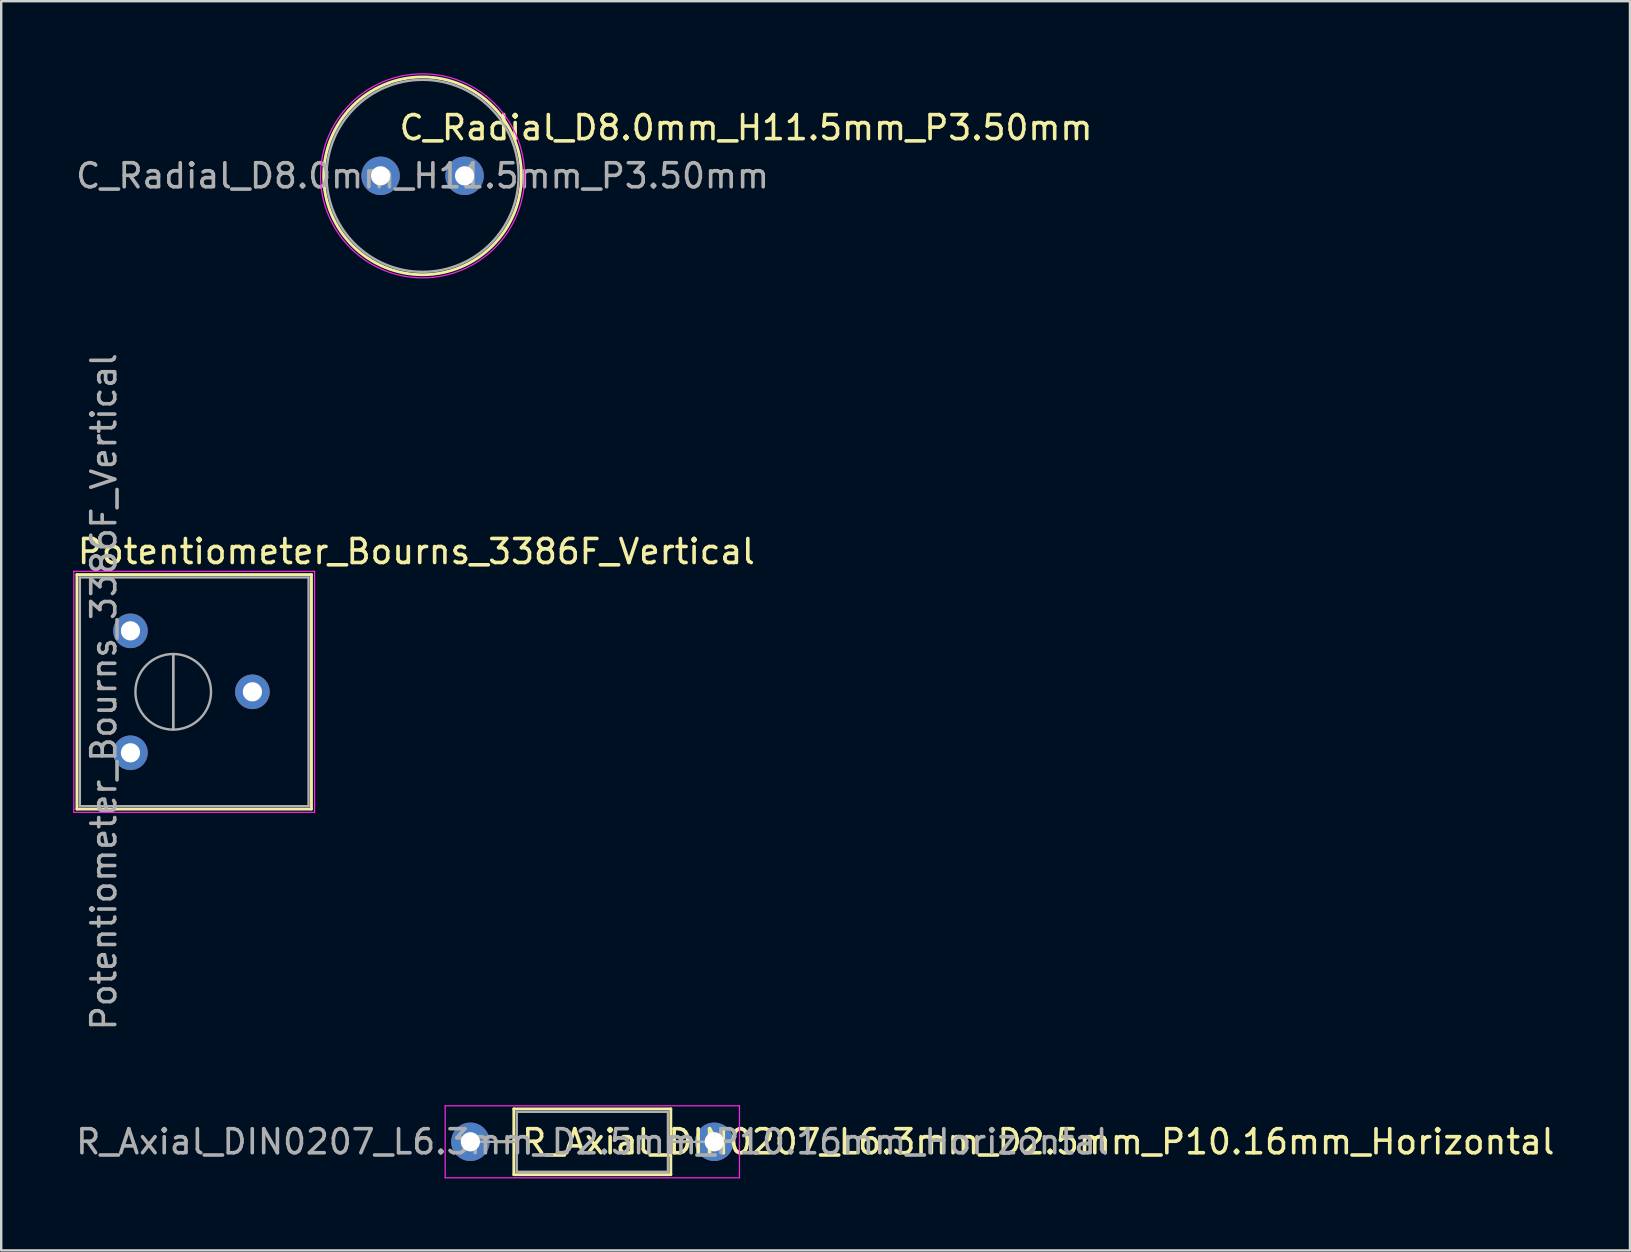
<source format=kicad_pcb>
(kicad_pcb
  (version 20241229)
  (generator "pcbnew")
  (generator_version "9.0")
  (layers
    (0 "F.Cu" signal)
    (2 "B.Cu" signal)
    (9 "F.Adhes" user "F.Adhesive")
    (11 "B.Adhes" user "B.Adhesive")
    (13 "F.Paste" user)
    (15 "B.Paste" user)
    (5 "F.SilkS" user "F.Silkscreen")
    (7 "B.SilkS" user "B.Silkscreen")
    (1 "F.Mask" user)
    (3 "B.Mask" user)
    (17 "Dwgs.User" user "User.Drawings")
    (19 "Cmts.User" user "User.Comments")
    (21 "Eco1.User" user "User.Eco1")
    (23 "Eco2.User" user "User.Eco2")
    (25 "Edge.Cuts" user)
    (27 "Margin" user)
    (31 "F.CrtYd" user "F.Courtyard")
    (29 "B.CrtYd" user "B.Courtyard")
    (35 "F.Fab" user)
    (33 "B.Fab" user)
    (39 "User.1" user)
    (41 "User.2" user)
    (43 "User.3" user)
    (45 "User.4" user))
  (footprint "Potentiometer_Bourns_3386F_Vertical"
    (layer "F.Cu")
    (at 2.385 28.31)
    (property "Reference" "Potentiometer_Bourns_3386F_Vertical" (at -2.286 -8.382 0) (layer "F.SilkS") (effects (font (size 1 1) (thickness 0.15)) (justify left)))
    (attr through_hole)
    (fp_line (start -2.23 -7.425) (end -2.23 2.345) (stroke (width 0.12) (type solid)) (layer "F.SilkS"))
    (fp_line (start -2.23 -7.425) (end 7.54 -7.425) (stroke (width 0.12) (type solid)) (layer "F.SilkS"))
    (fp_line (start -2.23 2.345) (end 7.54 2.345) (stroke (width 0.12) (type solid)) (layer "F.SilkS"))
    (fp_line (start 7.54 -7.425) (end 7.54 2.345) (stroke (width 0.12) (type solid)) (layer "F.SilkS"))
    (fp_line (start -2.36 -7.56) (end -2.36 2.48) (stroke (width 0.05) (type solid)) (layer "F.CrtYd"))
    (fp_line (start -2.36 2.48) (end 7.67 2.48) (stroke (width 0.05) (type solid)) (layer "F.CrtYd"))
    (fp_line (start 7.67 -7.56) (end -2.36 -7.56) (stroke (width 0.05) (type solid)) (layer "F.CrtYd"))
    (fp_line (start 7.67 2.48) (end 7.67 -7.56) (stroke (width 0.05) (type solid)) (layer "F.CrtYd"))
    (fp_line (start -2.11 -7.305) (end -2.11 2.225) (stroke (width 0.1) (type solid)) (layer "F.Fab"))
    (fp_line (start -2.11 2.225) (end 7.42 2.225) (stroke (width 0.1) (type solid)) (layer "F.Fab"))
    (fp_line (start 1.781 -0.98) (end 1.781 -4.099) (stroke (width 0.1) (type solid)) (layer "F.Fab"))
    (fp_line (start 1.781 -0.98) (end 1.781 -4.099) (stroke (width 0.1) (type solid)) (layer "F.Fab"))
    (fp_line (start 7.42 -7.305) (end -2.11 -7.305) (stroke (width 0.1) (type solid)) (layer "F.Fab"))
    (fp_line (start 7.42 2.225) (end 7.42 -7.305) (stroke (width 0.1) (type solid)) (layer "F.Fab"))
    (fp_circle (center 1.781 -2.54) (end 3.356 -2.54) (stroke (width 0.1) (type solid)) (fill no) (layer "F.Fab"))
    (fp_text user "${REFERENCE}" (at -1.11 -2.54 90) (layer "F.Fab") (effects (font (size 1 1) (thickness 0.15))))
    (pad "1" thru_hole circle (at 0 0) (size 1.44 1.44) (drill 0.8) (layers "*.Cu" "*.Mask"))
    (pad "2" thru_hole circle (at 5.08 -2.54) (size 1.44 1.44) (drill 0.8) (layers "*.Cu" "*.Mask"))
    (pad "3" thru_hole circle (at 0 -5.08) (size 1.44 1.44) (drill 0.8) (layers "*.Cu" "*.Mask")))
  (footprint "C_Radial_D8.0mm_H11.5mm_P3.50mm"
    (layer "F.Cu")
    (at 12.804 4.275)
    (property "Reference" "C_Radial_D8.0mm_H11.5mm_P3.50mm" (at 0.698 -2.007 0) (layer "F.SilkS") (effects (font (size 1 1) (thickness 0.15)) (justify left)))
    (attr through_hole)
    (fp_circle (center 1.75 0) (end 5.87 0) (stroke (width 0.12) (type solid)) (fill no) (layer "F.SilkS"))
    (fp_circle (center 1.75 0) (end 6 0) (stroke (width 0.05) (type solid)) (fill no) (layer "F.CrtYd"))
    (fp_circle (center 1.75 0) (end 5.75 0) (stroke (width 0.1) (type solid)) (fill no) (layer "F.Fab"))
    (fp_text user "${REFERENCE}" (at 1.75 0 0) (layer "F.Fab") (effects (font (size 1 1) (thickness 0.15))))
    (pad "1" thru_hole circle (at 0 0) (size 1.6 1.6) (drill 0.8) (layers "*.Cu" "*.Mask"))
    (pad "2" thru_hole circle (at 3.5 0) (size 1.6 1.6) (drill 0.8) (layers "*.Cu" "*.Mask")))
  (footprint "R_Axial_DIN0207_L6.3mm_D2.5mm_P10.16mm_Horizontal"
    (layer "F.Cu")
    (at 16.545 44.515)
    (property "Reference" "R_Axial_DIN0207_L6.3mm_D2.5mm_P10.16mm_Horizontal" (at 2.057 0 180) (layer "F.SilkS") (effects (font (size 1 1) (thickness 0.15)) (justify left)))
    (attr through_hole)
    (fp_line (start 1.04 0) (end 1.81 0) (stroke (width 0.12) (type solid)) (layer "F.SilkS"))
    (fp_line (start 1.81 -1.37) (end 1.81 1.37) (stroke (width 0.12) (type solid)) (layer "F.SilkS"))
    (fp_line (start 1.81 1.37) (end 8.35 1.37) (stroke (width 0.12) (type solid)) (layer "F.SilkS"))
    (fp_line (start 8.35 -1.37) (end 1.81 -1.37) (stroke (width 0.12) (type solid)) (layer "F.SilkS"))
    (fp_line (start 8.35 1.37) (end 8.35 -1.37) (stroke (width 0.12) (type solid)) (layer "F.SilkS"))
    (fp_line (start 9.12 0) (end 8.35 0) (stroke (width 0.12) (type solid)) (layer "F.SilkS"))
    (fp_line (start -1.05 -1.5) (end -1.05 1.5) (stroke (width 0.05) (type solid)) (layer "F.CrtYd"))
    (fp_line (start -1.05 1.5) (end 11.21 1.5) (stroke (width 0.05) (type solid)) (layer "F.CrtYd"))
    (fp_line (start 11.21 -1.5) (end -1.05 -1.5) (stroke (width 0.05) (type solid)) (layer "F.CrtYd"))
    (fp_line (start 11.21 1.5) (end 11.21 -1.5) (stroke (width 0.05) (type solid)) (layer "F.CrtYd"))
    (fp_line (start 0 0) (end 1.93 0) (stroke (width 0.1) (type solid)) (layer "F.Fab"))
    (fp_line (start 1.93 -1.25) (end 1.93 1.25) (stroke (width 0.1) (type solid)) (layer "F.Fab"))
    (fp_line (start 1.93 1.25) (end 8.23 1.25) (stroke (width 0.1) (type solid)) (layer "F.Fab"))
    (fp_line (start 8.23 -1.25) (end 1.93 -1.25) (stroke (width 0.1) (type solid)) (layer "F.Fab"))
    (fp_line (start 8.23 1.25) (end 8.23 -1.25) (stroke (width 0.1) (type solid)) (layer "F.Fab"))
    (fp_line (start 10.16 0) (end 8.23 0) (stroke (width 0.1) (type solid)) (layer "F.Fab"))
    (fp_text user "${REFERENCE}" (at 5.08 0 0) (layer "F.Fab") (effects (font (size 1 1) (thickness 0.15))))
    (pad "1" thru_hole circle (at 0 0) (size 1.6 1.6) (drill 0.8) (layers "*.Cu" "*.Mask"))
    (pad "2" thru_hole oval (at 10.16 0) (size 1.6 1.6) (drill 0.8) (layers "*.Cu" "*.Mask")))
  (gr_rect
    (start -3 -3)
    (end 64.852 49.04)
    (stroke (width 0.1) (type default))
    (fill no)
    (layer "Edge.Cuts")))
</source>
